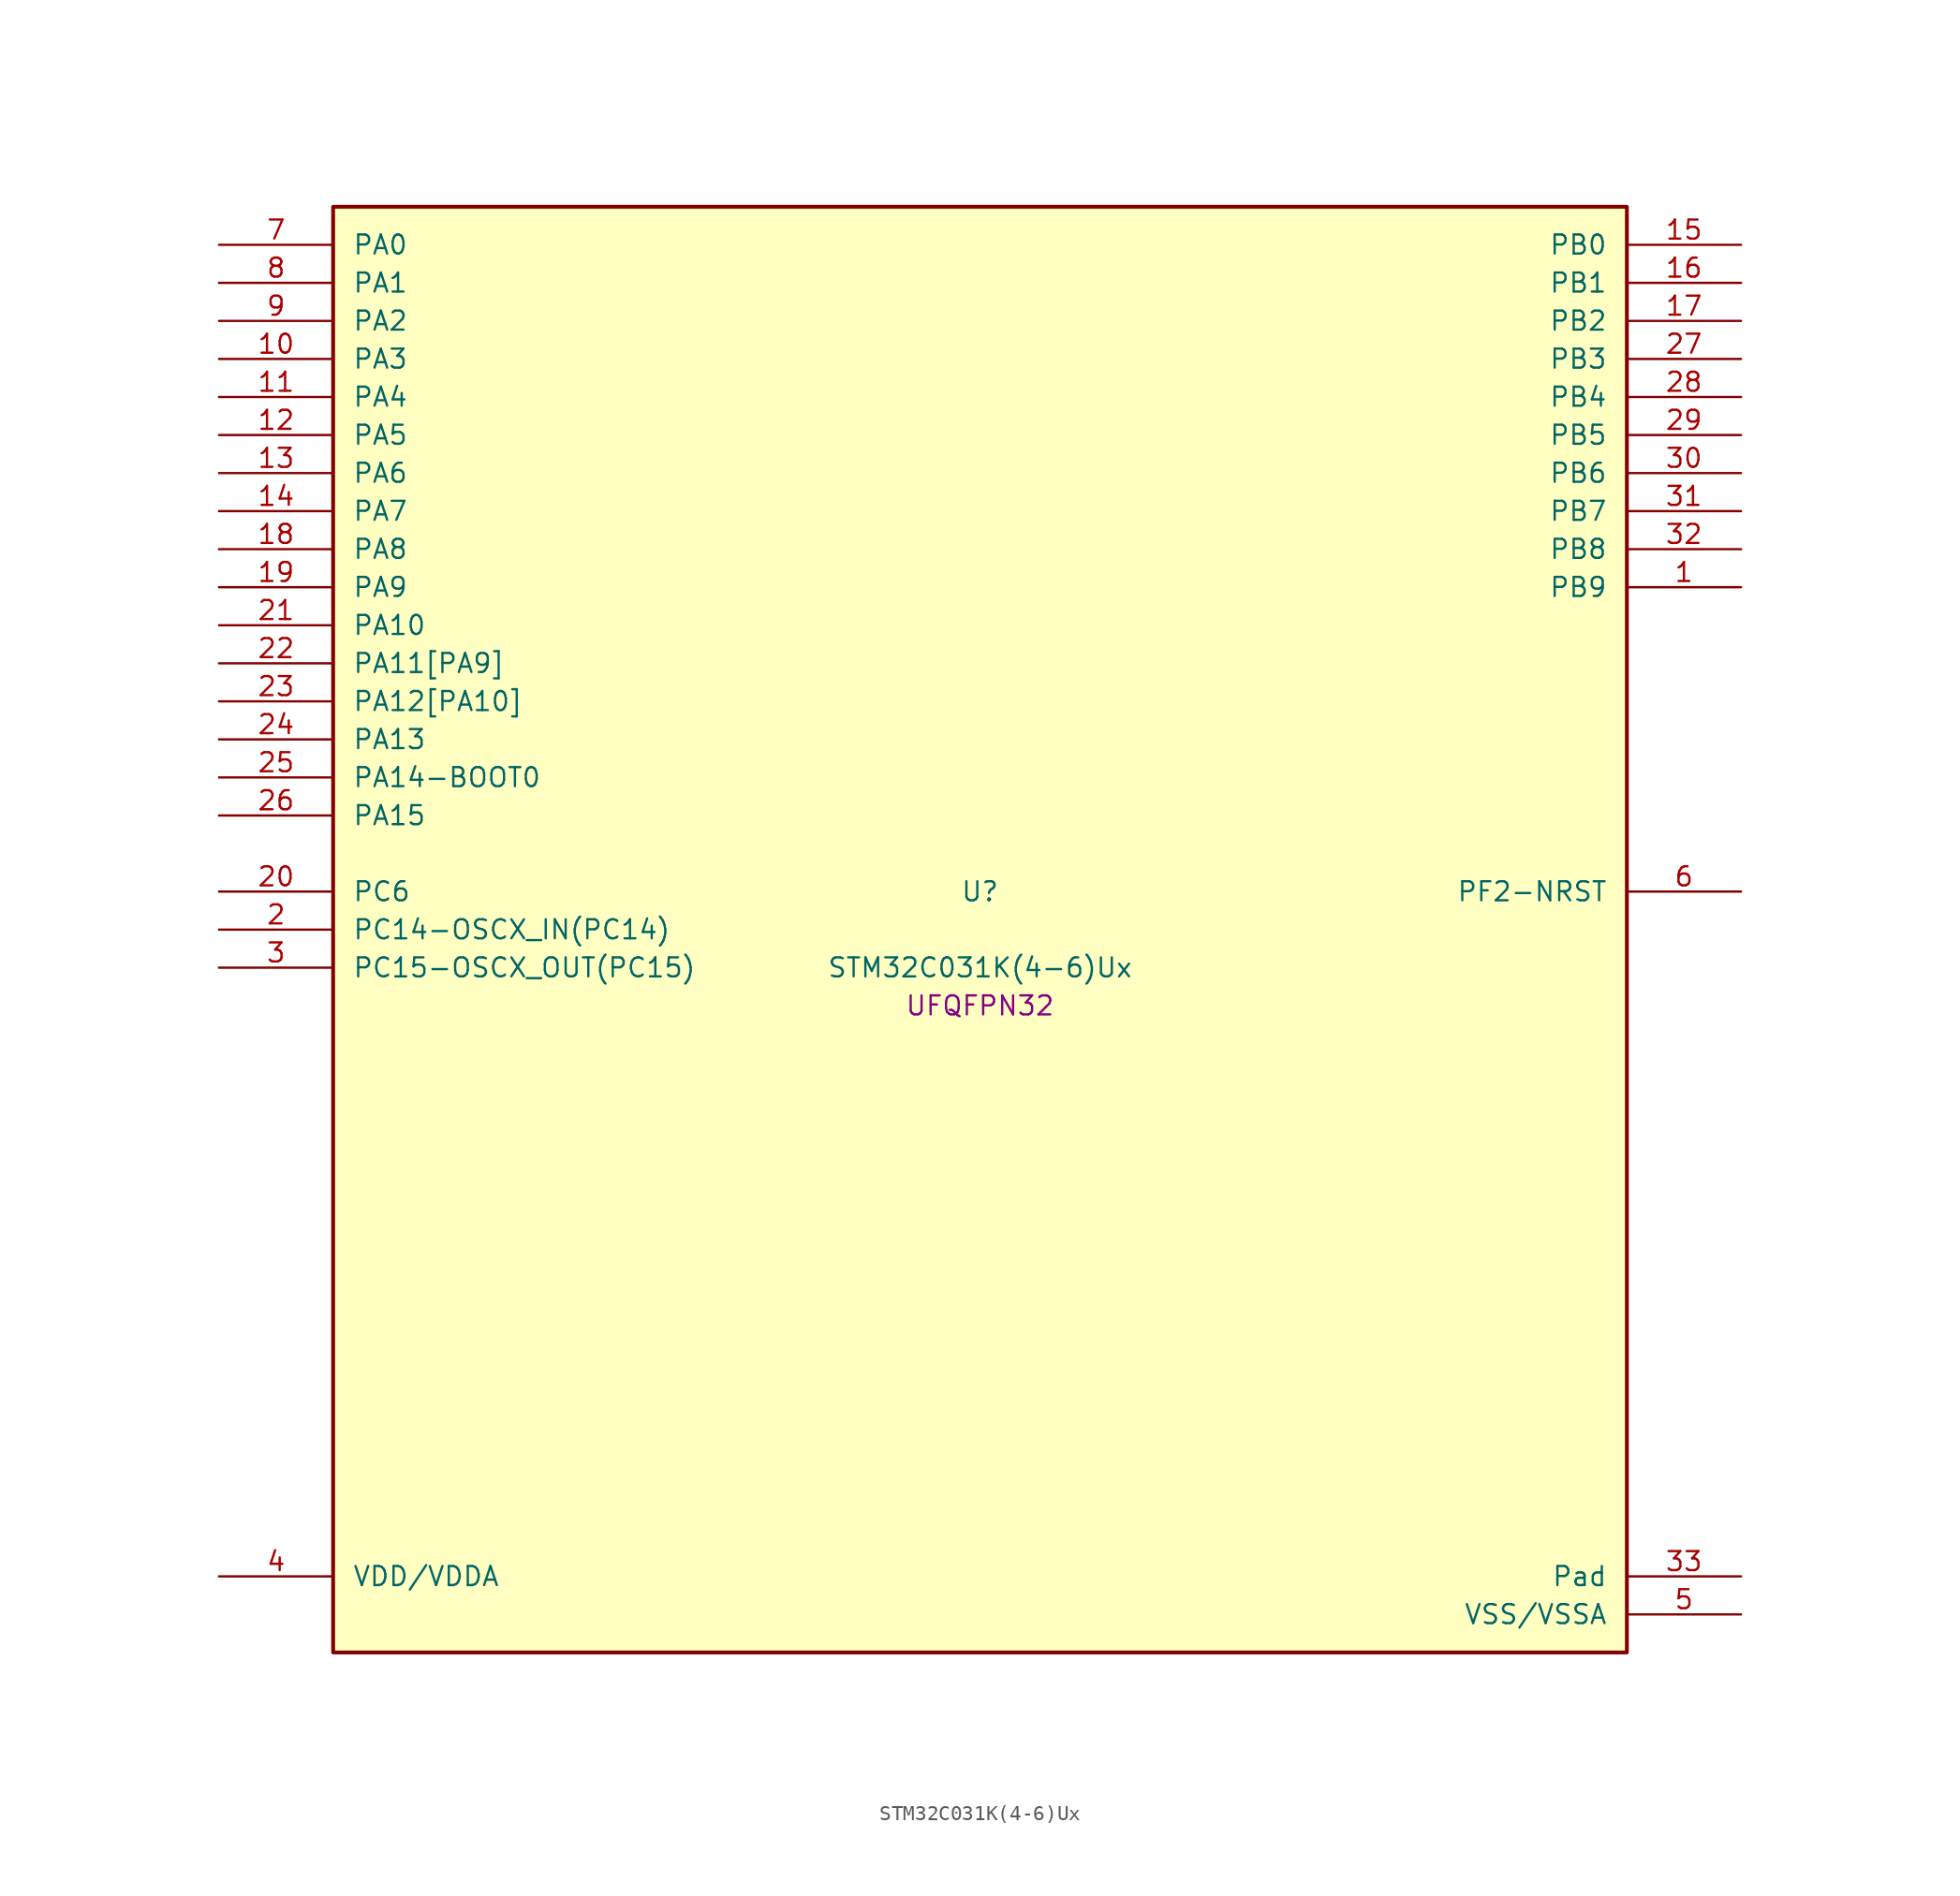
<source format=kicad_sym>
(kicad_symbol_lib
  (version 20241209)
  (generator "stm32_pkl_generator")
  (generator_version "1.0")
  (symbol "STM32C031K(4-6)Ux"
    (pin_names
      (offset 1.27))
    (property "Reference" "U"
      (at 0 2.54 0))
    (property "Value" "STM32C031K(4-6)Ux"
      (at 0 -2.54 0))
    (property "Footprint" "UFQFPN32"
      (at 0 -5.08 0))
    (symbol "STM32C031K(4-6)Ux_1_1"
      (rectangle (start -43.18 48.26) (end 43.18 -48.26) (stroke (width 0.254) (type solid)) (fill (type background)))
      (pin bidirectional line (at -50.8 45.72 0) (length 7.62) (name "PA0") (number "7") (alternate "PA0/ADC1_IN0" bidirectional line) (alternate "PA0/PWR_WKUP1" bidirectional line) (alternate "PA0/TIM16_CH1" bidirectional line) (alternate "PA0/TIM1_CH1" bidirectional line) (alternate "PA0/USART1_TX" bidirectional line) (alternate "PA0/USART2_CTS" bidirectional line) (alternate "PA0/USART2_NSS" bidirectional line))
      (pin bidirectional line (at -50.8 43.18 0) (length 7.62) (name "PA1") (number "8") (alternate "PA1/ADC1_IN1" bidirectional line) (alternate "PA1/I2C1_SMBA" bidirectional line) (alternate "PA1/I2S1_CK" bidirectional line) (alternate "PA1/SPI1_SCK" bidirectional line) (alternate "PA1/TIM17_CH1" bidirectional line) (alternate "PA1/TIM1_CH2" bidirectional line) (alternate "PA1/USART1_RX" bidirectional line) (alternate "PA1/USART2_CK" bidirectional line) (alternate "PA1/USART2_DE" bidirectional line) (alternate "PA1/USART2_RTS" bidirectional line))
      (pin bidirectional line (at -50.8 40.64 0) (length 7.62) (name "PA2") (number "9") (alternate "PA2/ADC1_IN2" bidirectional line) (alternate "PA2/I2S1_SD" bidirectional line) (alternate "PA2/PWR_WKUP4" bidirectional line) (alternate "PA2/RCC_LSCO" bidirectional line) (alternate "PA2/SPI1_MOSI" bidirectional line) (alternate "PA2/TIM16_CH1N" bidirectional line) (alternate "PA2/TIM1_CH3" bidirectional line) (alternate "PA2/TIM3_ETR" bidirectional line) (alternate "PA2/USART2_TX" bidirectional line))
      (pin bidirectional line (at -50.8 38.1 0) (length 7.62) (name "PA3") (number "10") (alternate "PA3/ADC1_IN3" bidirectional line) (alternate "PA3/TIM1_CH1N" bidirectional line) (alternate "PA3/TIM1_CH4" bidirectional line) (alternate "PA3/USART2_RX" bidirectional line))
      (pin bidirectional line (at -50.8 35.56 0) (length 7.62) (name "PA4") (number "11") (alternate "PA4/ADC1_IN4" bidirectional line) (alternate "PA4/I2S1_WS" bidirectional line) (alternate "PA4/PWR_WKUP2" bidirectional line) (alternate "PA4/RTC_OUT1" bidirectional line) (alternate "PA4/RTC_TS" bidirectional line) (alternate "PA4/SPI1_NSS" bidirectional line) (alternate "PA4/TIM14_CH1" bidirectional line) (alternate "PA4/TIM17_CH1N" bidirectional line) (alternate "PA4/TIM1_CH2N" bidirectional line) (alternate "PA4/USART2_TX" bidirectional line))
      (pin bidirectional line (at -50.8 33.02 0) (length 7.62) (name "PA5") (number "12") (alternate "PA5/ADC1_IN5" bidirectional line) (alternate "PA5/I2S1_CK" bidirectional line) (alternate "PA5/SPI1_SCK" bidirectional line) (alternate "PA5/TIM1_CH1" bidirectional line) (alternate "PA5/TIM1_CH3N" bidirectional line) (alternate "PA5/USART2_RX" bidirectional line))
      (pin bidirectional line (at -50.8 30.48 0) (length 7.62) (name "PA6") (number "13") (alternate "PA6/ADC1_IN6" bidirectional line) (alternate "PA6/I2S1_MCK" bidirectional line) (alternate "PA6/SPI1_MISO" bidirectional line) (alternate "PA6/TIM16_CH1" bidirectional line) (alternate "PA6/TIM1_BKIN" bidirectional line) (alternate "PA6/TIM3_CH1" bidirectional line))
      (pin bidirectional line (at -50.8 27.94 0) (length 7.62) (name "PA7") (number "14") (alternate "PA7/ADC1_IN7" bidirectional line) (alternate "PA7/I2S1_SD" bidirectional line) (alternate "PA7/SPI1_MOSI" bidirectional line) (alternate "PA7/TIM14_CH1" bidirectional line) (alternate "PA7/TIM17_CH1" bidirectional line) (alternate "PA7/TIM1_CH1N" bidirectional line) (alternate "PA7/TIM3_CH2" bidirectional line))
      (pin bidirectional line (at -50.8 25.4 0) (length 7.62) (name "PA8") (number "18") (alternate "PA8/ADC1_IN8" bidirectional line) (alternate "PA8/I2S1_WS" bidirectional line) (alternate "PA8/RCC_MCO" bidirectional line) (alternate "PA8/RCC_MCO_2" bidirectional line) (alternate "PA8/SPI1_NSS" bidirectional line) (alternate "PA8/TIM14_CH1" bidirectional line) (alternate "PA8/TIM1_CH1" bidirectional line) (alternate "PA8/TIM1_CH2N" bidirectional line) (alternate "PA8/TIM1_CH3N" bidirectional line) (alternate "PA8/TIM3_CH3" bidirectional line) (alternate "PA8/TIM3_CH4" bidirectional line) (alternate "PA8/USART1_RX" bidirectional line) (alternate "PA8/USART2_TX" bidirectional line))
      (pin bidirectional line (at -50.8 22.86 0) (length 7.62) (name "PA9") (number "19") (alternate "PA9/I2C1_SCL" bidirectional line) (alternate "PA9/RCC_MCO" bidirectional line) (alternate "PA9/TIM1_CH2" bidirectional line) (alternate "PA9/TIM3_ETR" bidirectional line) (alternate "PA9/USART1_TX" bidirectional line) (alternate "PA9/NC" bidirectional line))
      (pin bidirectional line (at -50.8 20.32 0) (length 7.62) (name "PA10") (number "21") (alternate "PA10/I2C1_SDA" bidirectional line) (alternate "PA10/RCC_MCO_2" bidirectional line) (alternate "PA10/TIM17_BKIN" bidirectional line) (alternate "PA10/TIM1_CH3" bidirectional line) (alternate "PA10/USART1_RX" bidirectional line) (alternate "PA10/NC" bidirectional line))
      (pin bidirectional line (at -50.8 17.78 0) (length 7.62) (name "PA11[PA9]") (number "22") (alternate "PA11[PA9]/ADC1_EXTI11" bidirectional line) (alternate "PA11[PA9]/ADC1_IN11" bidirectional line) (alternate "PA11[PA9]/I2S1_MCK" bidirectional line) (alternate "PA11[PA9]/SPI1_MISO" bidirectional line) (alternate "PA11[PA9]/TIM1_BKIN2" bidirectional line) (alternate "PA11[PA9]/TIM1_CH4" bidirectional line) (alternate "PA11[PA9]/USART1_CTS" bidirectional line) (alternate "PA11[PA9]/USART1_NSS" bidirectional line) (alternate "PA11[PA9]/PA9[PA11]" bidirectional line) (alternate "PA11[PA9]/I2C1_SCL" bidirectional line) (alternate "PA11[PA9]/RCC_MCO" bidirectional line) (alternate "PA11[PA9]/TIM1_CH2" bidirectional line) (alternate "PA11[PA9]/TIM3_ETR" bidirectional line) (alternate "PA11[PA9]/USART1_TX" bidirectional line))
      (pin bidirectional line (at -50.8 15.24 0) (length 7.62) (name "PA12[PA10]") (number "23") (alternate "PA12[PA10]/ADC1_IN12" bidirectional line) (alternate "PA12[PA10]/I2S1_SD" bidirectional line) (alternate "PA12[PA10]/I2S_CKIN" bidirectional line) (alternate "PA12[PA10]/SPI1_MOSI" bidirectional line) (alternate "PA12[PA10]/TIM1_ETR" bidirectional line) (alternate "PA12[PA10]/USART1_CK" bidirectional line) (alternate "PA12[PA10]/USART1_DE" bidirectional line) (alternate "PA12[PA10]/USART1_RTS" bidirectional line) (alternate "PA12[PA10]/PA10[PA12]" bidirectional line) (alternate "PA12[PA10]/I2C1_SDA" bidirectional line) (alternate "PA12[PA10]/RCC_MCO_2" bidirectional line) (alternate "PA12[PA10]/TIM17_BKIN" bidirectional line) (alternate "PA12[PA10]/TIM1_CH3" bidirectional line) (alternate "PA12[PA10]/USART1_RX" bidirectional line))
      (pin bidirectional line (at -50.8 12.7 0) (length 7.62) (name "PA13") (number "24") (alternate "PA13/ADC1_IN13" bidirectional line) (alternate "PA13/DEBUG_SWDIO" bidirectional line) (alternate "PA13/IR_OUT" bidirectional line) (alternate "PA13/TIM3_ETR" bidirectional line) (alternate "PA13/USART2_RX" bidirectional line))
      (pin bidirectional line (at -50.8 10.16 0) (length 7.62) (name "PA14-BOOT0") (number "25") (alternate "PA14-BOOT0/ADC1_IN14" bidirectional line) (alternate "PA14-BOOT0/DEBUG_SWCLK" bidirectional line) (alternate "PA14-BOOT0/I2S1_WS" bidirectional line) (alternate "PA14-BOOT0/RCC_MCO_2" bidirectional line) (alternate "PA14-BOOT0/SPI1_NSS" bidirectional line) (alternate "PA14-BOOT0/TIM1_CH1" bidirectional line) (alternate "PA14-BOOT0/USART1_CK" bidirectional line) (alternate "PA14-BOOT0/USART1_DE" bidirectional line) (alternate "PA14-BOOT0/USART1_RTS" bidirectional line) (alternate "PA14-BOOT0/USART2_RX" bidirectional line) (alternate "PA14-BOOT0/USART2_TX" bidirectional line))
      (pin bidirectional line (at -50.8 7.62 0) (length 7.62) (name "PA15") (number "26") (alternate "PA15/I2S1_WS" bidirectional line) (alternate "PA15/RCC_MCO_2" bidirectional line) (alternate "PA15/SPI1_NSS" bidirectional line) (alternate "PA15/TIM1_CH1" bidirectional line) (alternate "PA15/USART1_CK" bidirectional line) (alternate "PA15/USART1_DE" bidirectional line) (alternate "PA15/USART1_RTS" bidirectional line) (alternate "PA15/USART2_RX" bidirectional line))
      (pin bidirectional line (at 50.8 45.72 180) (length 7.62) (name "PB0") (number "15") (alternate "PB0/ADC1_IN17" bidirectional line) (alternate "PB0/I2S1_WS" bidirectional line) (alternate "PB0/SPI1_NSS" bidirectional line) (alternate "PB0/TIM1_CH2N" bidirectional line) (alternate "PB0/TIM3_CH3" bidirectional line))
      (pin bidirectional line (at 50.8 43.18 180) (length 7.62) (name "PB1") (number "16") (alternate "PB1/ADC1_IN18" bidirectional line) (alternate "PB1/TIM14_CH1" bidirectional line) (alternate "PB1/TIM1_CH2N" bidirectional line) (alternate "PB1/TIM1_CH3N" bidirectional line) (alternate "PB1/TIM3_CH4" bidirectional line))
      (pin bidirectional line (at 50.8 40.64 180) (length 7.62) (name "PB2") (number "17") (alternate "PB2/ADC1_IN19" bidirectional line) (alternate "PB2/RCC_MCO_2" bidirectional line) (alternate "PB2/USART1_RX" bidirectional line))
      (pin bidirectional line (at 50.8 38.1 180) (length 7.62) (name "PB3") (number "27") (alternate "PB3/I2S1_CK" bidirectional line) (alternate "PB3/SPI1_SCK" bidirectional line) (alternate "PB3/TIM1_CH2" bidirectional line) (alternate "PB3/TIM3_CH2" bidirectional line) (alternate "PB3/USART1_CK" bidirectional line) (alternate "PB3/USART1_DE" bidirectional line) (alternate "PB3/USART1_RTS" bidirectional line))
      (pin bidirectional line (at 50.8 35.56 180) (length 7.62) (name "PB4") (number "28") (alternate "PB4/I2S1_MCK" bidirectional line) (alternate "PB4/SPI1_MISO" bidirectional line) (alternate "PB4/TIM17_BKIN" bidirectional line) (alternate "PB4/TIM3_CH1" bidirectional line) (alternate "PB4/USART1_CTS" bidirectional line) (alternate "PB4/USART1_NSS" bidirectional line))
      (pin bidirectional line (at 50.8 33.02 180) (length 7.62) (name "PB5") (number "29") (alternate "PB5/I2C1_SMBA" bidirectional line) (alternate "PB5/I2S1_SD" bidirectional line) (alternate "PB5/PWR_WKUP6" bidirectional line) (alternate "PB5/SPI1_MOSI" bidirectional line) (alternate "PB5/TIM16_BKIN" bidirectional line) (alternate "PB5/TIM3_CH2" bidirectional line) (alternate "PB5/TIM3_CH3" bidirectional line))
      (pin bidirectional line (at 50.8 30.48 180) (length 7.62) (name "PB6") (number "30") (alternate "PB6/I2C1_SCL" bidirectional line) (alternate "PB6/I2C1_SMBA" bidirectional line) (alternate "PB6/I2S1_CK" bidirectional line) (alternate "PB6/I2S1_MCK" bidirectional line) (alternate "PB6/I2S1_SD" bidirectional line) (alternate "PB6/PWR_WKUP3" bidirectional line) (alternate "PB6/SPI1_MISO" bidirectional line) (alternate "PB6/SPI1_MOSI" bidirectional line) (alternate "PB6/SPI1_SCK" bidirectional line) (alternate "PB6/TIM16_BKIN" bidirectional line) (alternate "PB6/TIM16_CH1N" bidirectional line) (alternate "PB6/TIM17_BKIN" bidirectional line) (alternate "PB6/TIM1_CH2" bidirectional line) (alternate "PB6/TIM1_CH3" bidirectional line) (alternate "PB6/TIM3_CH1" bidirectional line) (alternate "PB6/TIM3_CH2" bidirectional line) (alternate "PB6/TIM3_CH3" bidirectional line) (alternate "PB6/USART1_CK" bidirectional line) (alternate "PB6/USART1_CTS" bidirectional line) (alternate "PB6/USART1_DE" bidirectional line) (alternate "PB6/USART1_NSS" bidirectional line) (alternate "PB6/USART1_RTS" bidirectional line) (alternate "PB6/USART1_TX" bidirectional line))
      (pin bidirectional line (at 50.8 27.94 180) (length 7.62) (name "PB7") (number "31") (alternate "PB7/I2C1_SCL" bidirectional line) (alternate "PB7/I2C1_SDA" bidirectional line) (alternate "PB7/RTC_REFIN" bidirectional line) (alternate "PB7/TIM16_CH1" bidirectional line) (alternate "PB7/TIM17_CH1N" bidirectional line) (alternate "PB7/TIM1_CH4" bidirectional line) (alternate "PB7/TIM3_CH1" bidirectional line) (alternate "PB7/TIM3_CH4" bidirectional line) (alternate "PB7/USART1_RX" bidirectional line) (alternate "PB7/USART2_CTS" bidirectional line) (alternate "PB7/USART2_NSS" bidirectional line))
      (pin bidirectional line (at 50.8 25.4 180) (length 7.62) (name "PB8") (number "32") (alternate "PB8/I2C1_SCL" bidirectional line) (alternate "PB8/TIM16_CH1" bidirectional line) (alternate "PB8/TIM3_CH1" bidirectional line) (alternate "PB8/USART2_CTS" bidirectional line) (alternate "PB8/USART2_NSS" bidirectional line))
      (pin bidirectional line (at 50.8 22.86 180) (length 7.62) (name "PB9") (number "1") (alternate "PB9/I2C1_SDA" bidirectional line) (alternate "PB9/IR_OUT" bidirectional line) (alternate "PB9/TIM17_CH1" bidirectional line) (alternate "PB9/TIM3_CH2" bidirectional line) (alternate "PB9/USART2_CK" bidirectional line) (alternate "PB9/USART2_DE" bidirectional line) (alternate "PB9/USART2_RTS" bidirectional line))
      (pin bidirectional line (at -50.8 2.54 0) (length 7.62) (name "PC6") (number "20") (alternate "PC6/TIM3_CH1" bidirectional line))
      (pin bidirectional line (at -50.8 0 0) (length 7.62) (name "PC14-OSCX_IN(PC14)") (number "2") (alternate "PC14-OSCX_IN(PC14)/I2C1_SDA" bidirectional line) (alternate "PC14-OSCX_IN(PC14)/IR_OUT" bidirectional line) (alternate "PC14-OSCX_IN(PC14)/RCC_OSCX_IN" bidirectional line) (alternate "PC14-OSCX_IN(PC14)/TIM17_CH1" bidirectional line) (alternate "PC14-OSCX_IN(PC14)/TIM1_BKIN2" bidirectional line) (alternate "PC14-OSCX_IN(PC14)/TIM1_ETR" bidirectional line) (alternate "PC14-OSCX_IN(PC14)/TIM3_CH2" bidirectional line) (alternate "PC14-OSCX_IN(PC14)/USART1_TX" bidirectional line) (alternate "PC14-OSCX_IN(PC14)/USART2_CK" bidirectional line) (alternate "PC14-OSCX_IN(PC14)/USART2_DE" bidirectional line) (alternate "PC14-OSCX_IN(PC14)/USART2_RTS" bidirectional line))
      (pin bidirectional line (at -50.8 -2.54 0) (length 7.62) (name "PC15-OSCX_OUT(PC15)") (number "3") (alternate "PC15-OSCX_OUT(PC15)/RCC_OSC32_EN" bidirectional line) (alternate "PC15-OSCX_OUT(PC15)/RCC_OSCX_OUT" bidirectional line) (alternate "PC15-OSCX_OUT(PC15)/RCC_OSC_EN" bidirectional line) (alternate "PC15-OSCX_OUT(PC15)/TIM1_ETR" bidirectional line) (alternate "PC15-OSCX_OUT(PC15)/TIM3_CH3" bidirectional line))
      (pin bidirectional line (at 50.8 2.54 180) (length 7.62) (name "PF2-NRST") (number "6") (alternate "PF2-NRST/RCC_MCO" bidirectional line) (alternate "PF2-NRST/TIM1_CH4" bidirectional line))
      (pin power_in line (at -50.8 -43.18 0) (length 7.62) (name "VDD/VDDA") (number "4"))
      (pin passive line (at 50.8 -43.18 180) (length 7.62) (name "Pad") (number "33"))
      (pin power_in line (at 50.8 -45.72 180) (length 7.62) (name "VSS/VSSA") (number "5")))))
</source>
